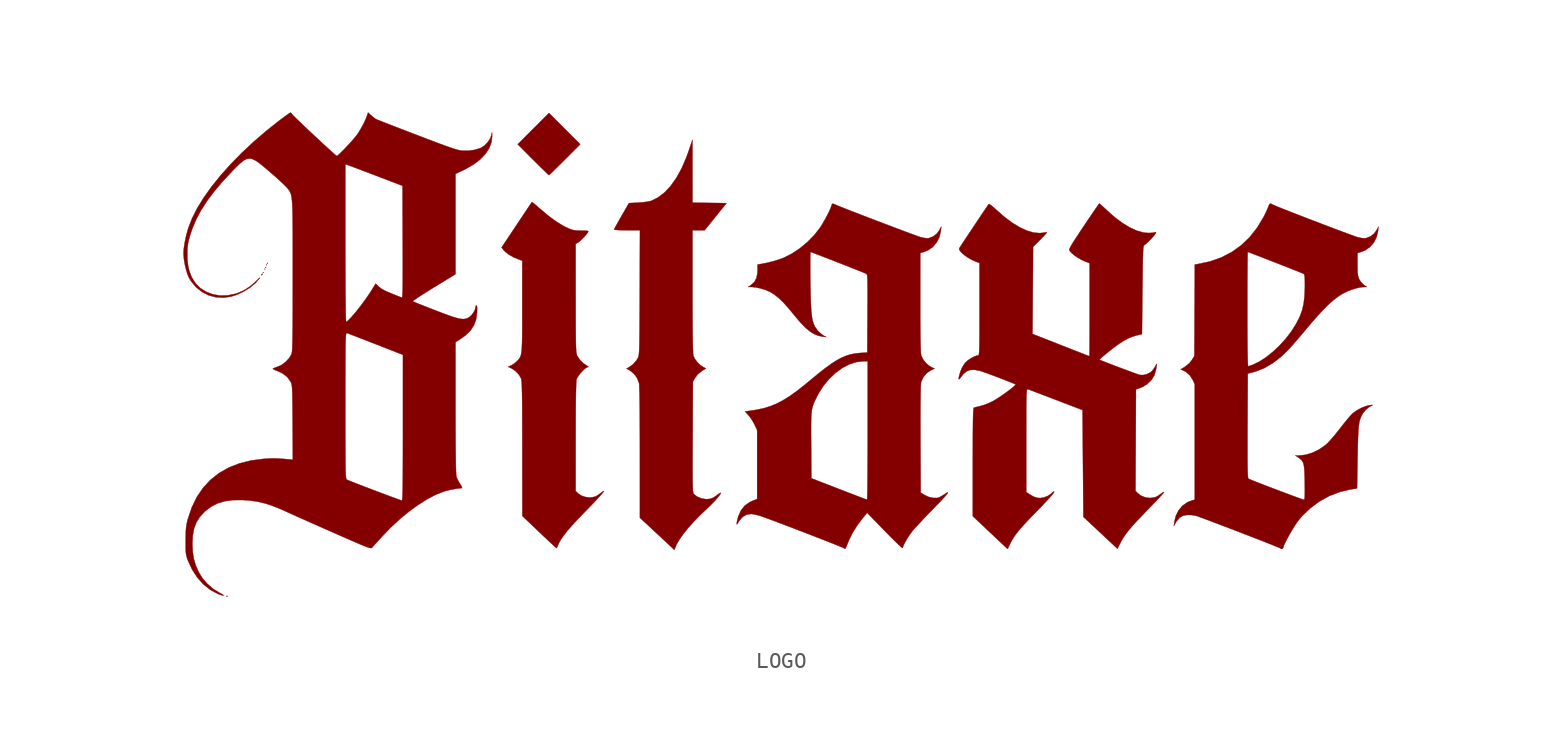
<source format=kicad_sym>
(kicad_symbol_lib
  (version 20231120)
  (generator "kicad_symbol_editor")
  (generator_version "8.0")
  (symbol "LOGO"
    (pin_names
      (offset 1.016))
    (property "Reference" "#G"
      (at 0 27.529 0)
      (effects (font (size 1.27 1.27)) (hide yes)))
    (symbol "LOGO_0_0"
      (polyline (pts (xy -31.137 6.076) (xy -31.163 6.102) (xy -31.189 6.076) (xy -31.163 6.05) (xy -31.137 6.076)) (stroke (width 0.01) (type default)) (fill (type outline)))
      (polyline (pts (xy -31.033 6.285) (xy -31.059 6.311) (xy -31.085 6.285) (xy -31.059 6.259) (xy -31.033 6.285)) (stroke (width 0.01) (type default)) (fill (type outline)))
      (polyline (pts (xy -30.981 6.389) (xy -31.007 6.415) (xy -31.033 6.389) (xy -31.007 6.363) (xy -30.981 6.389)) (stroke (width 0.01) (type default)) (fill (type outline)))
      (polyline (pts (xy -30.929 6.546) (xy -30.955 6.572) (xy -30.981 6.546) (xy -30.955 6.519) (xy -30.929 6.546)) (stroke (width 0.01) (type default)) (fill (type outline)))
      (polyline (pts (xy -30.876 6.65) (xy -30.902 6.676) (xy -30.929 6.65) (xy -30.902 6.624) (xy -30.876 6.65)) (stroke (width 0.01) (type default)) (fill (type outline)))
      (polyline (pts (xy -33.404 -14.183) (xy -33.397 -14.152) (xy -33.405 -14.146) (xy -33.467 -14.152) (xy -33.475 -14.167) (xy -33.432 -14.187) (xy -33.404 -14.183)) (stroke (width 0.01) (type default)) (fill (type outline)))
      (polyline (pts (xy -31.265 5.896) (xy -31.215 5.946) (xy -31.206 5.964) (xy -31.209 5.998) (xy -31.218 5.996) (xy -31.268 5.946) (xy -31.277 5.927) (xy -31.274 5.894) (xy -31.265 5.896)) (stroke (width 0.01) (type default)) (fill (type outline)))
      (polyline (pts (xy -13.262 12.183) (xy -13.16 12.279) (xy -13.004 12.43) (xy -12.803 12.626) (xy -12.568 12.859) (xy -12.309 13.117) (xy -11.345 14.082) (xy -12.322 15.06) (xy -13.3 16.038) (xy -14.277 15.06) (xy -15.255 14.082) (xy -14.291 13.117) (xy -14.049 12.876) (xy -13.812 12.641) (xy -13.608 12.442) (xy -13.449 12.287) (xy -13.342 12.188) (xy -13.3 12.152) (xy -13.262 12.183)) (stroke (width 0.01) (type default)) (fill (type outline)))
      (polyline (pts (xy -5.372 -11.044) (xy -5.296 -10.879) (xy -5.123 -10.589) (xy -4.885 -10.257) (xy -4.595 -9.898) (xy -4.263 -9.524) (xy -3.901 -9.15) (xy -3.52 -8.788) (xy -3.385 -8.664) (xy -3.181 -8.464) (xy -2.994 -8.271) (xy -2.832 -8.092) (xy -2.7 -7.937) (xy -2.607 -7.813) (xy -2.559 -7.73) (xy -2.562 -7.696) (xy -2.624 -7.721) (xy -2.751 -7.811) (xy -2.924 -7.939) (xy -3.099 -8.037) (xy -3.268 -8.086) (xy -3.466 -8.099) (xy -3.506 -8.098) (xy -3.782 -8.05) (xy -4.04 -7.939) (xy -4.239 -7.784) (xy -4.244 -7.779) (xy -4.261 -7.752) (xy -4.277 -7.711) (xy -4.289 -7.65) (xy -4.3 -7.56) (xy -4.308 -7.434) (xy -4.314 -7.265) (xy -4.319 -7.044) (xy -4.322 -6.764) (xy -4.323 -6.418) (xy -4.323 -5.998) (xy -4.322 -5.497) (xy -4.32 -4.906) (xy -4.317 -4.219) (xy -4.303 -0.756) (xy -4.154 -0.503) (xy -4.011 -0.31) (xy -3.746 -0.089) (xy -3.487 0.072) (xy -3.664 0.163) (xy -3.827 0.271) (xy -4.021 0.457) (xy -4.179 0.668) (xy -4.273 0.87) (xy -4.278 0.896) (xy -4.29 1.036) (xy -4.3 1.279) (xy -4.309 1.626) (xy -4.316 2.075) (xy -4.321 2.626) (xy -4.325 3.28) (xy -4.328 4.034) (xy -4.329 4.89) (xy -4.329 8.71) (xy -3.947 8.71) (xy -3.566 8.71) (xy -2.882 9.558) (xy -2.198 10.405) (xy -3.264 10.419) (xy -4.329 10.433) (xy -4.33 12.401) (xy -4.33 14.369) (xy -4.56 13.686) (xy -4.71 13.269) (xy -5.003 12.589) (xy -5.329 11.996) (xy -5.683 11.492) (xy -6.064 11.082) (xy -6.469 10.767) (xy -6.896 10.552) (xy -6.972 10.53) (xy -7.172 10.491) (xy -7.428 10.459) (xy -7.711 10.437) (xy -8.302 10.405) (xy -8.767 9.598) (xy -8.901 9.363) (xy -9.033 9.128) (xy -9.138 8.938) (xy -9.207 8.806) (xy -9.232 8.75) (xy -9.215 8.742) (xy -9.113 8.729) (xy -8.935 8.719) (xy -8.699 8.713) (xy -8.422 8.71) (xy -7.612 8.71) (xy -7.626 4.811) (xy -7.629 4.146) (xy -7.631 3.504) (xy -7.634 2.952) (xy -7.637 2.483) (xy -7.641 2.09) (xy -7.645 1.765) (xy -7.65 1.501) (xy -7.656 1.291) (xy -7.664 1.127) (xy -7.674 1.002) (xy -7.685 0.909) (xy -7.698 0.84) (xy -7.714 0.787) (xy -7.732 0.745) (xy -7.753 0.704) (xy -7.836 0.571) (xy -8.055 0.32) (xy -8.308 0.14) (xy -8.454 0.065) (xy -8.226 -0.069) (xy -7.981 -0.268) (xy -7.787 -0.537) (xy -7.669 -0.845) (xy -7.665 -0.87) (xy -7.656 -1.004) (xy -7.647 -1.236) (xy -7.639 -1.56) (xy -7.633 -1.971) (xy -7.627 -2.465) (xy -7.623 -3.036) (xy -7.619 -3.68) (xy -7.617 -4.392) (xy -7.616 -5.166) (xy -7.615 -9.263) (xy -6.536 -10.267) (xy -5.458 -11.271) (xy -5.372 -11.044)) (stroke (width 0.01) (type default)) (fill (type outline)))
      (polyline (pts (xy -12.822 -11.156) (xy -12.782 -11.095) (xy -12.733 -10.977) (xy -12.691 -10.875) (xy -12.571 -10.652) (xy -12.396 -10.395) (xy -12.163 -10.097) (xy -11.864 -9.751) (xy -11.496 -9.352) (xy -11.053 -8.893) (xy -11.043 -8.883) (xy -10.677 -8.507) (xy -10.377 -8.193) (xy -10.146 -7.943) (xy -9.983 -7.758) (xy -9.89 -7.64) (xy -9.869 -7.59) (xy -9.921 -7.61) (xy -10.046 -7.7) (xy -10.088 -7.732) (xy -10.24 -7.845) (xy -10.354 -7.913) (xy -10.464 -7.953) (xy -10.606 -7.983) (xy -10.746 -7.996) (xy -11.016 -7.966) (xy -11.274 -7.877) (xy -11.477 -7.742) (xy -11.631 -7.595) (xy -11.63 -4.202) (xy -11.63 -3.444) (xy -11.627 -2.732) (xy -11.623 -2.122) (xy -11.617 -1.616) (xy -11.608 -1.211) (xy -11.599 -0.908) (xy -11.587 -0.706) (xy -11.574 -0.605) (xy -11.51 -0.469) (xy -11.396 -0.306) (xy -11.253 -0.138) (xy -11.103 0.01) (xy -10.966 0.117) (xy -10.865 0.159) (xy -10.839 0.161) (xy -10.836 0.186) (xy -10.927 0.243) (xy -11.162 0.404) (xy -11.379 0.624) (xy -11.532 0.861) (xy -11.534 0.865) (xy -11.553 0.912) (xy -11.569 0.969) (xy -11.583 1.042) (xy -11.595 1.141) (xy -11.604 1.272) (xy -11.612 1.444) (xy -11.617 1.666) (xy -11.622 1.944) (xy -11.625 2.287) (xy -11.627 2.702) (xy -11.629 3.198) (xy -11.629 3.783) (xy -11.63 4.463) (xy -11.631 7.858) (xy -11.495 7.931) (xy -11.478 7.94) (xy -11.363 8.031) (xy -11.215 8.171) (xy -11.063 8.332) (xy -10.932 8.484) (xy -10.851 8.602) (xy -10.841 8.626) (xy -10.855 8.656) (xy -10.922 8.674) (xy -11.059 8.683) (xy -11.284 8.686) (xy -11.297 8.686) (xy -11.55 8.692) (xy -11.74 8.714) (xy -11.91 8.759) (xy -12.1 8.834) (xy -12.397 8.98) (xy -12.841 9.253) (xy -13.317 9.6) (xy -13.812 10.014) (xy -13.877 10.072) (xy -14.065 10.236) (xy -14.218 10.365) (xy -14.323 10.449) (xy -14.366 10.475) (xy -14.379 10.456) (xy -14.443 10.362) (xy -14.553 10.197) (xy -14.703 9.972) (xy -14.886 9.699) (xy -15.094 9.386) (xy -15.322 9.044) (xy -16.262 7.632) (xy -16.137 7.471) (xy -16.025 7.354) (xy -15.801 7.185) (xy -15.528 7.028) (xy -15.236 6.903) (xy -14.969 6.808) (xy -14.969 3.95) (xy -14.969 3.529) (xy -14.969 2.949) (xy -14.97 2.459) (xy -14.974 2.05) (xy -14.98 1.714) (xy -14.99 1.442) (xy -15.004 1.225) (xy -15.023 1.055) (xy -15.049 0.923) (xy -15.081 0.82) (xy -15.122 0.738) (xy -15.171 0.668) (xy -15.229 0.601) (xy -15.297 0.528) (xy -15.333 0.493) (xy -15.496 0.361) (xy -15.66 0.263) (xy -15.856 0.173) (xy -15.645 0.077) (xy -15.63 0.07) (xy -15.395 -0.087) (xy -15.187 -0.307) (xy -15.04 -0.555) (xy -15.035 -0.57) (xy -15.023 -0.629) (xy -15.011 -0.722) (xy -15.002 -0.856) (xy -14.994 -1.037) (xy -14.987 -1.271) (xy -14.981 -1.565) (xy -14.976 -1.925) (xy -14.973 -2.358) (xy -14.97 -2.869) (xy -14.968 -3.466) (xy -14.967 -4.154) (xy -14.966 -4.94) (xy -14.963 -9.153) (xy -13.91 -10.155) (xy -13.875 -10.188) (xy -13.603 -10.446) (xy -13.356 -10.677) (xy -13.146 -10.874) (xy -12.981 -11.025) (xy -12.872 -11.124) (xy -12.828 -11.159) (xy -12.822 -11.156)) (stroke (width 0.01) (type default)) (fill (type outline)))
      (polyline (pts (xy 32.56 -11.204) (xy 32.597 -11.144) (xy 32.599 -11.126) (xy 32.638 -11.001) (xy 32.723 -10.812) (xy 32.842 -10.578) (xy 32.985 -10.317) (xy 33.142 -10.048) (xy 33.302 -9.79) (xy 33.455 -9.559) (xy 33.591 -9.377) (xy 33.785 -9.15) (xy 34.299 -8.657) (xy 34.871 -8.236) (xy 35.49 -7.896) (xy 36.142 -7.645) (xy 36.813 -7.49) (xy 37.213 -7.428) (xy 37.245 -5.5) (xy 37.248 -5.324) (xy 37.258 -4.799) (xy 37.27 -4.364) (xy 37.284 -4.008) (xy 37.302 -3.718) (xy 37.325 -3.484) (xy 37.355 -3.295) (xy 37.393 -3.138) (xy 37.44 -3.003) (xy 37.497 -2.878) (xy 37.567 -2.753) (xy 37.572 -2.744) (xy 37.737 -2.537) (xy 37.954 -2.351) (xy 38.178 -2.223) (xy 38.191 -2.214) (xy 38.143 -2.21) (xy 38.022 -2.221) (xy 37.769 -2.282) (xy 37.474 -2.4) (xy 37.186 -2.556) (xy 36.946 -2.73) (xy 36.877 -2.798) (xy 36.738 -2.952) (xy 36.563 -3.157) (xy 36.369 -3.397) (xy 36.17 -3.651) (xy 36.035 -3.824) (xy 35.825 -4.084) (xy 35.623 -4.321) (xy 35.447 -4.516) (xy 35.316 -4.648) (xy 35.215 -4.734) (xy 34.833 -4.997) (xy 34.418 -5.198) (xy 33.995 -5.327) (xy 33.592 -5.372) (xy 33.356 -5.372) (xy 33.55 -5.504) (xy 33.553 -5.506) (xy 33.669 -5.591) (xy 33.758 -5.678) (xy 33.825 -5.781) (xy 33.872 -5.915) (xy 33.904 -6.094) (xy 33.924 -6.334) (xy 33.936 -6.649) (xy 33.944 -7.054) (xy 33.944 -7.056) (xy 33.949 -7.432) (xy 33.949 -7.715) (xy 33.944 -7.916) (xy 33.934 -8.046) (xy 33.917 -8.116) (xy 33.894 -8.136) (xy 33.892 -8.136) (xy 33.819 -8.115) (xy 33.665 -8.062) (xy 33.441 -7.981) (xy 33.164 -7.879) (xy 32.845 -7.761) (xy 32.499 -7.631) (xy 32.141 -7.495) (xy 31.782 -7.359) (xy 31.439 -7.227) (xy 31.123 -7.104) (xy 30.85 -6.997) (xy 30.632 -6.91) (xy 30.484 -6.848) (xy 30.42 -6.817) (xy 30.414 -6.81) (xy 30.401 -6.764) (xy 30.39 -6.672) (xy 30.381 -6.528) (xy 30.375 -6.325) (xy 30.369 -6.057) (xy 30.366 -5.716) (xy 30.364 -5.298) (xy 30.364 -4.795) (xy 30.365 -4.2) (xy 30.367 -3.508) (xy 30.381 -0.249) (xy 30.752 -0.155) (xy 30.878 -0.12) (xy 31.406 0.088) (xy 31.934 0.394) (xy 32.452 0.791) (xy 32.953 1.274) (xy 32.983 1.307) (xy 33.132 1.474) (xy 33.328 1.698) (xy 33.554 1.961) (xy 33.796 2.246) (xy 34.038 2.534) (xy 34.34 2.893) (xy 34.747 3.358) (xy 35.11 3.749) (xy 35.438 4.075) (xy 35.739 4.342) (xy 36.022 4.559) (xy 36.295 4.734) (xy 36.568 4.874) (xy 36.586 4.882) (xy 36.863 4.991) (xy 37.157 5.08) (xy 37.431 5.141) (xy 37.649 5.163) (xy 37.828 5.163) (xy 37.651 5.281) (xy 37.601 5.32) (xy 37.466 5.464) (xy 37.357 5.631) (xy 37.33 5.688) (xy 37.29 5.792) (xy 37.263 5.91) (xy 37.248 6.064) (xy 37.241 6.278) (xy 37.239 6.573) (xy 37.239 7.283) (xy 37.516 7.37) (xy 37.729 7.458) (xy 38.027 7.667) (xy 38.267 7.948) (xy 38.437 8.284) (xy 38.523 8.661) (xy 38.553 8.945) (xy 38.436 8.719) (xy 38.278 8.502) (xy 38.044 8.32) (xy 37.776 8.216) (xy 37.699 8.208) (xy 37.508 8.221) (xy 37.29 8.263) (xy 37.266 8.27) (xy 37.134 8.313) (xy 36.924 8.388) (xy 36.647 8.489) (xy 36.315 8.612) (xy 35.937 8.754) (xy 35.526 8.909) (xy 35.092 9.074) (xy 34.645 9.245) (xy 34.197 9.416) (xy 33.76 9.585) (xy 33.343 9.747) (xy 32.958 9.898) (xy 32.616 10.033) (xy 32.328 10.148) (xy 32.105 10.239) (xy 31.957 10.302) (xy 31.896 10.333) (xy 31.831 10.373) (xy 31.745 10.354) (xy 31.687 10.239) (xy 31.677 10.208) (xy 31.624 10.072) (xy 31.541 9.885) (xy 31.442 9.678) (xy 31.377 9.552) (xy 30.97 8.874) (xy 30.502 8.281) (xy 29.973 7.773) (xy 29.385 7.35) (xy 28.738 7.013) (xy 28.031 6.762) (xy 27.266 6.597) (xy 27.072 6.567) (xy 27.058 3.781) (xy 30.355 3.781) (xy 30.355 4.154) (xy 30.356 4.736) (xy 30.357 5.281) (xy 30.359 5.78) (xy 30.362 6.226) (xy 30.365 6.609) (xy 30.368 6.923) (xy 30.372 7.157) (xy 30.376 7.303) (xy 30.381 7.354) (xy 30.387 7.353) (xy 30.466 7.324) (xy 30.625 7.264) (xy 30.851 7.178) (xy 31.129 7.071) (xy 31.447 6.947) (xy 31.79 6.814) (xy 32.146 6.674) (xy 32.502 6.535) (xy 32.843 6.401) (xy 33.156 6.277) (xy 33.428 6.169) (xy 33.645 6.082) (xy 33.794 6.021) (xy 33.862 5.991) (xy 33.885 5.976) (xy 33.915 5.932) (xy 33.935 5.852) (xy 33.946 5.72) (xy 33.951 5.517) (xy 33.952 5.227) (xy 33.951 5.096) (xy 33.928 4.563) (xy 33.871 4.1) (xy 33.771 3.683) (xy 33.621 3.284) (xy 33.415 2.881) (xy 33.144 2.446) (xy 33.076 2.347) (xy 32.741 1.913) (xy 32.36 1.496) (xy 31.951 1.113) (xy 31.532 0.778) (xy 31.119 0.508) (xy 30.731 0.317) (xy 30.614 0.273) (xy 30.478 0.227) (xy 30.405 0.209) (xy 30.398 0.234) (xy 30.388 0.357) (xy 30.379 0.579) (xy 30.372 0.895) (xy 30.366 1.303) (xy 30.361 1.799) (xy 30.358 2.38) (xy 30.355 3.042) (xy 30.355 3.781) (xy 27.058 3.781) (xy 27.057 3.71) (xy 27.043 0.852) (xy 26.884 0.596) (xy 26.737 0.403) (xy 26.454 0.176) (xy 26.182 0.013) (xy 26.346 -0.055) (xy 26.502 -0.135) (xy 26.756 -0.353) (xy 26.945 -0.65) (xy 27.068 -0.913) (xy 27.068 -4.524) (xy 27.069 -8.134) (xy 26.925 -8.169) (xy 26.599 -8.295) (xy 26.301 -8.509) (xy 26.059 -8.795) (xy 25.886 -9.136) (xy 25.793 -9.518) (xy 25.761 -9.779) (xy 25.863 -9.597) (xy 25.941 -9.469) (xy 26.12 -9.261) (xy 26.329 -9.138) (xy 26.588 -9.086) (xy 26.87 -9.091) (xy 27.162 -9.145) (xy 27.169 -9.147) (xy 27.287 -9.187) (xy 27.483 -9.258) (xy 27.748 -9.356) (xy 28.069 -9.477) (xy 28.437 -9.616) (xy 28.839 -9.769) (xy 29.266 -9.932) (xy 29.705 -10.1) (xy 30.146 -10.27) (xy 30.577 -10.437) (xy 30.988 -10.597) (xy 31.369 -10.745) (xy 31.706 -10.878) (xy 31.991 -10.991) (xy 32.21 -11.08) (xy 32.355 -11.14) (xy 32.412 -11.168) (xy 32.476 -11.205) (xy 32.56 -11.204)) (stroke (width 0.01) (type default)) (fill (type outline)))
      (polyline (pts (xy 5.252 -11.153) (xy 5.306 -11.036) (xy 5.384 -10.835) (xy 5.442 -10.69) (xy 5.67 -10.226) (xy 5.961 -9.755) (xy 6.291 -9.313) (xy 6.59 -8.951) (xy 7.7 -10.095) (xy 7.81 -10.208) (xy 8.082 -10.484) (xy 8.323 -10.722) (xy 8.524 -10.916) (xy 8.679 -11.058) (xy 8.777 -11.14) (xy 8.812 -11.154) (xy 8.814 -11.139) (xy 8.854 -11.011) (xy 8.943 -10.827) (xy 9.066 -10.608) (xy 9.213 -10.377) (xy 9.37 -10.156) (xy 9.448 -10.06) (xy 9.603 -9.884) (xy 9.808 -9.661) (xy 10.049 -9.402) (xy 10.314 -9.124) (xy 10.59 -8.841) (xy 10.688 -8.741) (xy 11.02 -8.399) (xy 11.279 -8.126) (xy 11.468 -7.92) (xy 11.588 -7.777) (xy 11.641 -7.696) (xy 11.629 -7.673) (xy 11.554 -7.707) (xy 11.419 -7.795) (xy 11.287 -7.88) (xy 11.131 -7.967) (xy 11.021 -8.013) (xy 10.957 -8.025) (xy 10.706 -8.022) (xy 10.433 -7.958) (xy 10.181 -7.84) (xy 9.936 -7.689) (xy 9.922 -4.334) (xy 9.922 -4.16) (xy 9.92 -3.439) (xy 9.92 -2.796) (xy 9.922 -2.234) (xy 9.927 -1.758) (xy 9.933 -1.372) (xy 9.94 -1.078) (xy 9.95 -0.881) (xy 9.961 -0.784) (xy 9.973 -0.744) (xy 10.108 -0.466) (xy 10.313 -0.224) (xy 10.561 -0.052) (xy 10.804 0.065) (xy 10.602 0.156) (xy 10.459 0.24) (xy 10.252 0.425) (xy 10.079 0.651) (xy 9.97 0.879) (xy 9.963 0.91) (xy 9.95 1.029) (xy 9.939 1.222) (xy 9.93 1.494) (xy 9.922 1.849) (xy 9.917 2.29) (xy 9.913 2.824) (xy 9.91 3.453) (xy 9.91 4.182) (xy 9.91 7.283) (xy 10.187 7.37) (xy 10.399 7.458) (xy 10.698 7.667) (xy 10.938 7.948) (xy 11.107 8.284) (xy 11.194 8.661) (xy 11.223 8.945) (xy 11.107 8.719) (xy 10.948 8.502) (xy 10.714 8.32) (xy 10.447 8.216) (xy 10.383 8.209) (xy 10.188 8.222) (xy 9.952 8.272) (xy 9.915 8.283) (xy 9.77 8.333) (xy 9.545 8.414) (xy 9.251 8.522) (xy 8.902 8.652) (xy 8.508 8.8) (xy 8.081 8.961) (xy 7.633 9.13) (xy 7.177 9.304) (xy 6.723 9.478) (xy 6.284 9.646) (xy 5.872 9.806) (xy 5.497 9.951) (xy 5.173 10.078) (xy 4.911 10.183) (xy 4.723 10.259) (xy 4.621 10.304) (xy 4.543 10.341) (xy 4.444 10.372) (xy 4.391 10.34) (xy 4.357 10.239) (xy 4.313 10.111) (xy 4.221 9.902) (xy 4.096 9.651) (xy 3.953 9.383) (xy 3.803 9.122) (xy 3.66 8.893) (xy 3.639 8.862) (xy 3.283 8.406) (xy 2.853 7.97) (xy 2.374 7.574) (xy 1.871 7.24) (xy 1.368 6.986) (xy 1.114 6.892) (xy 0.733 6.775) (xy 0.325 6.673) (xy -0.065 6.598) (xy -0.261 6.567) (xy -0.262 6.191) (xy -0.268 6.033) (xy -0.331 5.72) (xy -0.464 5.474) (xy -0.673 5.282) (xy -0.85 5.163) (xy -0.647 5.163) (xy -0.529 5.155) (xy -0.325 5.126) (xy -0.114 5.084) (xy -0.094 5.079) (xy 0.215 4.988) (xy 0.501 4.864) (xy 0.776 4.699) (xy 1.052 4.481) (xy 1.343 4.202) (xy 1.66 3.851) (xy 2.016 3.42) (xy 2.125 3.285) (xy 2.45 2.906) (xy 2.742 2.609) (xy 3.013 2.384) (xy 3.273 2.223) (xy 3.534 2.118) (xy 3.807 2.06) (xy 4.042 2.029) (xy 3.886 2.116) (xy 3.797 2.17) (xy 3.526 2.4) (xy 3.329 2.679) (xy 3.288 2.762) (xy 3.232 2.899) (xy 3.186 3.051) (xy 3.148 3.228) (xy 3.118 3.443) (xy 3.095 3.706) (xy 3.076 4.028) (xy 3.062 4.421) (xy 3.05 4.895) (xy 3.04 5.463) (xy 3.035 5.894) (xy 3.031 6.292) (xy 3.03 6.643) (xy 3.032 6.937) (xy 3.035 7.161) (xy 3.041 7.304) (xy 3.049 7.354) (xy 3.053 7.353) (xy 3.128 7.327) (xy 3.284 7.269) (xy 3.506 7.184) (xy 3.783 7.078) (xy 4.099 6.956) (xy 4.443 6.822) (xy 4.799 6.683) (xy 5.155 6.543) (xy 5.498 6.408) (xy 5.813 6.283) (xy 6.088 6.174) (xy 6.308 6.085) (xy 6.461 6.022) (xy 6.533 5.991) (xy 6.534 5.99) (xy 6.555 5.973) (xy 6.573 5.941) (xy 6.587 5.885) (xy 6.598 5.796) (xy 6.606 5.665) (xy 6.612 5.484) (xy 6.615 5.244) (xy 6.616 4.934) (xy 6.616 4.547) (xy 6.614 4.074) (xy 6.611 3.505) (xy 6.598 1.069) (xy 6.128 1.037) (xy 5.866 1.01) (xy 5.572 0.956) (xy 5.285 0.869) (xy 4.992 0.746) (xy 4.682 0.578) (xy 4.344 0.361) (xy 3.967 0.088) (xy 3.54 -0.247) (xy 3.051 -0.651) (xy 2.673 -0.964) (xy 2.184 -1.347) (xy 1.739 -1.664) (xy 1.324 -1.923) (xy 0.925 -2.13) (xy 0.527 -2.292) (xy 0.117 -2.417) (xy -0.32 -2.512) (xy -0.799 -2.584) (xy -1.05 -2.615) (xy -0.833 -2.85) (xy -0.714 -2.998) (xy -0.571 -3.216) (xy -0.452 -3.433) (xy -0.287 -3.781) (xy -0.287 -3.819) (xy 3.084 -3.819) (xy 3.085 -3.433) (xy 3.09 -3.118) (xy 3.1 -2.861) (xy 3.118 -2.651) (xy 3.144 -2.475) (xy 3.18 -2.321) (xy 3.228 -2.177) (xy 3.289 -2.031) (xy 3.365 -1.87) (xy 3.457 -1.683) (xy 3.556 -1.492) (xy 3.862 -1.012) (xy 4.219 -0.581) (xy 4.614 -0.209) (xy 5.037 0.097) (xy 5.474 0.326) (xy 5.916 0.47) (xy 6.35 0.521) (xy 6.624 0.521) (xy 6.624 -3.807) (xy 6.624 -4.199) (xy 6.623 -4.843) (xy 6.621 -5.453) (xy 6.618 -6.019) (xy 6.615 -6.534) (xy 6.611 -6.991) (xy 6.607 -7.382) (xy 6.602 -7.699) (xy 6.596 -7.936) (xy 6.591 -8.082) (xy 6.585 -8.133) (xy 6.539 -8.117) (xy 6.405 -8.068) (xy 6.195 -7.989) (xy 5.921 -7.885) (xy 5.594 -7.759) (xy 5.225 -7.617) (xy 4.824 -7.462) (xy 3.103 -6.795) (xy 3.09 -4.717) (xy 3.087 -4.287) (xy 3.084 -3.819) (xy -0.287 -3.819) (xy -0.287 -5.935) (xy -0.287 -8.089) (xy -0.6 -8.215) (xy -0.748 -8.283) (xy -1.059 -8.504) (xy -1.297 -8.798) (xy -1.46 -9.163) (xy -1.51 -9.342) (xy -1.549 -9.509) (xy -1.563 -9.615) (xy -1.557 -9.674) (xy -1.533 -9.666) (xy -1.478 -9.571) (xy -1.408 -9.453) (xy -1.202 -9.219) (xy -0.955 -9.073) (xy -0.679 -9.023) (xy -0.559 -9.035) (xy -0.372 -9.071) (xy -0.169 -9.123) (xy -0.164 -9.124) (xy -0.041 -9.164) (xy 0.161 -9.236) (xy 0.431 -9.334) (xy 0.757 -9.455) (xy 1.129 -9.595) (xy 1.535 -9.749) (xy 1.965 -9.912) (xy 2.407 -10.082) (xy 2.851 -10.253) (xy 3.285 -10.421) (xy 3.699 -10.582) (xy 4.082 -10.732) (xy 4.421 -10.866) (xy 4.708 -10.981) (xy 4.929 -11.071) (xy 5.075 -11.134) (xy 5.135 -11.164) (xy 5.169 -11.194) (xy 5.21 -11.2) (xy 5.252 -11.153)) (stroke (width 0.01) (type default)) (fill (type outline)))
      (polyline (pts (xy 15.387 -11.181) (xy 15.438 -11.08) (xy 15.508 -10.931) (xy 15.528 -10.887) (xy 15.639 -10.674) (xy 15.771 -10.46) (xy 15.934 -10.233) (xy 16.137 -9.982) (xy 16.39 -9.696) (xy 16.701 -9.363) (xy 17.081 -8.971) (xy 17.086 -8.966) (xy 17.456 -8.586) (xy 17.753 -8.274) (xy 17.982 -8.027) (xy 18.144 -7.841) (xy 18.244 -7.713) (xy 18.283 -7.639) (xy 18.266 -7.615) (xy 18.207 -7.645) (xy 18.119 -7.726) (xy 18.06 -7.783) (xy 17.864 -7.906) (xy 17.632 -7.996) (xy 17.41 -8.031) (xy 17.231 -8.017) (xy 16.991 -7.94) (xy 16.729 -7.787) (xy 16.533 -7.653) (xy 16.533 -4.423) (xy 16.534 -3.845) (xy 16.534 -3.268) (xy 16.535 -2.781) (xy 16.537 -2.378) (xy 16.54 -2.049) (xy 16.544 -1.788) (xy 16.549 -1.587) (xy 16.556 -1.439) (xy 16.566 -1.336) (xy 16.577 -1.27) (xy 16.59 -1.234) (xy 16.606 -1.221) (xy 16.625 -1.223) (xy 16.669 -1.239) (xy 16.804 -1.289) (xy 17.015 -1.369) (xy 17.291 -1.474) (xy 17.619 -1.599) (xy 17.988 -1.74) (xy 18.385 -1.892) (xy 20.054 -2.53) (xy 20.08 -5.869) (xy 20.106 -9.208) (xy 21.172 -10.204) (xy 22.237 -11.2) (xy 22.43 -10.816) (xy 22.499 -10.685) (xy 22.622 -10.481) (xy 22.769 -10.267) (xy 22.951 -10.034) (xy 23.174 -9.772) (xy 23.449 -9.469) (xy 23.783 -9.116) (xy 24.185 -8.702) (xy 24.421 -8.459) (xy 24.654 -8.216) (xy 24.852 -8.005) (xy 25.005 -7.836) (xy 25.104 -7.72) (xy 25.139 -7.667) (xy 25.132 -7.656) (xy 25.072 -7.675) (xy 24.97 -7.748) (xy 24.945 -7.768) (xy 24.786 -7.88) (xy 24.632 -7.962) (xy 24.567 -7.986) (xy 24.282 -8.028) (xy 23.985 -7.991) (xy 23.707 -7.882) (xy 23.483 -7.709) (xy 23.365 -7.581) (xy 23.378 -4.408) (xy 23.392 -1.234) (xy 23.627 -1.157) (xy 23.782 -1.097) (xy 24.104 -0.903) (xy 24.365 -0.645) (xy 24.55 -0.339) (xy 24.647 -0.0003) (xy 24.655 0.059) (xy 24.68 0.223) (xy 24.702 0.339) (xy 24.699 0.36) (xy 24.661 0.315) (xy 24.595 0.201) (xy 24.547 0.119) (xy 24.433 -0.04) (xy 24.326 -0.151) (xy 24.281 -0.183) (xy 24.073 -0.285) (xy 23.843 -0.34) (xy 23.642 -0.336) (xy 23.584 -0.319) (xy 23.441 -0.269) (xy 23.232 -0.194) (xy 22.975 -0.099) (xy 22.686 0.008) (xy 22.381 0.123) (xy 22.076 0.238) (xy 21.787 0.348) (xy 21.532 0.447) (xy 21.325 0.528) (xy 21.184 0.585) (xy 21.124 0.613) (xy 21.136 0.641) (xy 21.209 0.719) (xy 21.329 0.825) (xy 21.632 1.075) (xy 22.015 1.377) (xy 22.346 1.618) (xy 22.638 1.806) (xy 22.903 1.948) (xy 23.154 2.052) (xy 23.402 2.127) (xy 23.767 2.216) (xy 23.797 4.976) (xy 23.803 5.515) (xy 23.809 6.039) (xy 23.815 6.473) (xy 23.821 6.828) (xy 23.828 7.111) (xy 23.835 7.33) (xy 23.844 7.494) (xy 23.855 7.612) (xy 23.868 7.692) (xy 23.883 7.742) (xy 23.901 7.771) (xy 23.922 7.787) (xy 23.982 7.829) (xy 24.111 7.941) (xy 24.264 8.089) (xy 24.416 8.25) (xy 24.542 8.395) (xy 24.617 8.5) (xy 24.647 8.56) (xy 24.641 8.596) (xy 24.557 8.575) (xy 24.476 8.558) (xy 24.309 8.543) (xy 24.116 8.54) (xy 23.84 8.571) (xy 23.436 8.688) (xy 23.002 8.887) (xy 22.548 9.162) (xy 22.084 9.507) (xy 21.62 9.916) (xy 21.592 9.943) (xy 21.411 10.114) (xy 21.259 10.252) (xy 21.152 10.345) (xy 21.104 10.379) (xy 21.088 10.362) (xy 21.02 10.271) (xy 20.905 10.11) (xy 20.752 9.888) (xy 20.567 9.616) (xy 20.356 9.305) (xy 20.128 8.964) (xy 20.109 8.936) (xy 19.853 8.552) (xy 19.65 8.243) (xy 19.494 8.002) (xy 19.38 7.818) (xy 19.302 7.682) (xy 19.255 7.585) (xy 19.234 7.516) (xy 19.233 7.468) (xy 19.247 7.429) (xy 19.343 7.31) (xy 19.512 7.164) (xy 19.726 7.013) (xy 19.959 6.876) (xy 20.186 6.771) (xy 20.497 6.65) (xy 20.497 3.742) (xy 20.497 3.374) (xy 20.497 2.856) (xy 20.496 2.375) (xy 20.494 1.944) (xy 20.493 1.569) (xy 20.491 1.262) (xy 20.489 1.031) (xy 20.487 0.885) (xy 20.484 0.835) (xy 20.484 0.835) (xy 20.433 0.854) (xy 20.295 0.907) (xy 20.083 0.99) (xy 19.806 1.098) (xy 19.476 1.227) (xy 19.103 1.373) (xy 18.698 1.532) (xy 16.925 2.229) (xy 16.944 4.95) (xy 16.963 7.672) (xy 17.407 8.115) (xy 17.412 8.12) (xy 17.58 8.292) (xy 17.715 8.436) (xy 17.803 8.536) (xy 17.831 8.578) (xy 17.808 8.582) (xy 17.707 8.573) (xy 17.558 8.55) (xy 17.379 8.53) (xy 17.004 8.562) (xy 16.591 8.68) (xy 16.146 8.883) (xy 15.677 9.166) (xy 15.19 9.527) (xy 14.692 9.963) (xy 14.509 10.128) (xy 14.354 10.255) (xy 14.242 10.332) (xy 14.19 10.347) (xy 14.186 10.343) (xy 14.138 10.274) (xy 14.043 10.133) (xy 13.909 9.934) (xy 13.745 9.691) (xy 13.56 9.414) (xy 13.362 9.118) (xy 13.161 8.816) (xy 12.963 8.519) (xy 12.779 8.242) (xy 12.616 7.996) (xy 12.484 7.796) (xy 12.39 7.653) (xy 12.344 7.58) (xy 12.337 7.53) (xy 12.391 7.42) (xy 12.513 7.285) (xy 12.688 7.138) (xy 12.898 6.992) (xy 13.129 6.861) (xy 13.365 6.755) (xy 13.613 6.662) (xy 13.613 3.774) (xy 13.613 3.712) (xy 13.613 3.098) (xy 13.612 2.58) (xy 13.61 2.15) (xy 13.608 1.799) (xy 13.604 1.52) (xy 13.599 1.303) (xy 13.592 1.143) (xy 13.583 1.029) (xy 13.572 0.954) (xy 13.558 0.911) (xy 13.541 0.891) (xy 13.521 0.886) (xy 13.45 0.877) (xy 13.268 0.811) (xy 13.062 0.7) (xy 12.865 0.561) (xy 12.709 0.413) (xy 12.688 0.389) (xy 12.531 0.141) (xy 12.412 -0.147) (xy 12.405 -0.171) (xy 12.337 -0.411) (xy 12.31 -0.557) (xy 12.324 -0.61) (xy 12.38 -0.571) (xy 12.478 -0.441) (xy 12.594 -0.29) (xy 12.8 -0.113) (xy 13.036 -0.022) (xy 13.317 -0.015) (xy 13.657 -0.085) (xy 13.7 -0.098) (xy 13.863 -0.153) (xy 14.085 -0.232) (xy 14.347 -0.328) (xy 14.632 -0.434) (xy 14.924 -0.545) (xy 15.204 -0.654) (xy 15.456 -0.753) (xy 15.662 -0.836) (xy 15.804 -0.897) (xy 15.866 -0.929) (xy 15.862 -0.949) (xy 15.796 -1.022) (xy 15.668 -1.133) (xy 15.492 -1.272) (xy 15.284 -1.426) (xy 15.06 -1.585) (xy 14.835 -1.737) (xy 14.626 -1.871) (xy 14.447 -1.974) (xy 14.433 -1.982) (xy 14.188 -2.097) (xy 13.923 -2.201) (xy 13.691 -2.272) (xy 13.68 -2.275) (xy 13.492 -2.321) (xy 13.341 -2.358) (xy 13.261 -2.379) (xy 13.253 -2.387) (xy 13.24 -2.435) (xy 13.23 -2.532) (xy 13.221 -2.682) (xy 13.213 -2.893) (xy 13.207 -3.171) (xy 13.203 -3.522) (xy 13.199 -3.952) (xy 13.197 -4.468) (xy 13.196 -5.075) (xy 13.195 -5.781) (xy 13.195 -9.166) (xy 14.278 -10.187) (xy 14.335 -10.241) (xy 14.609 -10.499) (xy 14.855 -10.73) (xy 15.064 -10.926) (xy 15.225 -11.078) (xy 15.33 -11.175) (xy 15.369 -11.21) (xy 15.387 -11.181)) (stroke (width 0.01) (type default)) (fill (type outline)))
      (polyline (pts (xy -33.634 -14.105) (xy -33.723 -14.042) (xy -33.907 -13.943) (xy -34.274 -13.719) (xy -34.647 -13.398) (xy -34.969 -13.024) (xy -35.213 -12.622) (xy -35.384 -12.219) (xy -35.502 -11.817) (xy -35.568 -11.389) (xy -35.59 -10.901) (xy -35.59 -10.875) (xy -35.564 -10.362) (xy -35.48 -9.922) (xy -35.332 -9.54) (xy -35.113 -9.198) (xy -34.818 -8.88) (xy -34.773 -8.839) (xy -34.403 -8.561) (xy -33.997 -8.357) (xy -33.543 -8.223) (xy -33.029 -8.157) (xy -32.441 -8.154) (xy -32.382 -8.157) (xy -31.929 -8.193) (xy -31.503 -8.257) (xy -31.082 -8.356) (xy -30.644 -8.495) (xy -30.166 -8.682) (xy -29.625 -8.922) (xy -29.496 -8.981) (xy -29.25 -9.092) (xy -28.93 -9.236) (xy -28.552 -9.405) (xy -28.127 -9.594) (xy -27.669 -9.797) (xy -27.192 -10.008) (xy -26.708 -10.221) (xy -26.493 -10.316) (xy -26.004 -10.531) (xy -25.598 -10.708) (xy -25.269 -10.851) (xy -25.006 -10.961) (xy -24.803 -11.044) (xy -24.65 -11.102) (xy -24.539 -11.137) (xy -24.463 -11.154) (xy -24.412 -11.156) (xy -24.379 -11.145) (xy -24.355 -11.125) (xy -24.345 -11.113) (xy -24.263 -11.024) (xy -24.132 -10.879) (xy -23.966 -10.696) (xy -23.782 -10.491) (xy -23.749 -10.455) (xy -23.208 -9.891) (xy -22.642 -9.365) (xy -22.064 -8.887) (xy -21.485 -8.464) (xy -20.919 -8.106) (xy -20.377 -7.822) (xy -19.872 -7.622) (xy -19.681 -7.568) (xy -19.427 -7.51) (xy -19.16 -7.459) (xy -18.919 -7.423) (xy -18.741 -7.407) (xy -18.733 -7.375) (xy -18.773 -7.279) (xy -18.856 -7.143) (xy -18.93 -7.024) (xy -19.027 -6.839) (xy -19.087 -6.686) (xy -19.098 -6.597) (xy -19.108 -6.404) (xy -19.116 -6.112) (xy -19.124 -5.722) (xy -19.13 -5.237) (xy -19.135 -4.659) (xy -19.138 -3.991) (xy -19.14 -3.235) (xy -19.141 -2.392) (xy -19.141 1.709) (xy -18.804 1.929) (xy -18.514 2.139) (xy -18.206 2.438) (xy -17.988 2.767) (xy -17.854 3.137) (xy -17.796 3.56) (xy -17.793 3.618) (xy -17.789 3.844) (xy -17.802 3.974) (xy -17.831 4.016) (xy -17.868 3.99) (xy -17.89 3.899) (xy -17.921 3.755) (xy -18.016 3.567) (xy -18.152 3.391) (xy -18.305 3.264) (xy -18.412 3.209) (xy -18.527 3.172) (xy -18.658 3.158) (xy -18.814 3.17) (xy -19.008 3.21) (xy -19.252 3.28) (xy -19.557 3.384) (xy -19.935 3.522) (xy -20.398 3.699) (xy -20.456 3.722) (xy -20.81 3.86) (xy -21.129 3.985) (xy -21.401 4.094) (xy -21.615 4.181) (xy -21.756 4.241) (xy -21.813 4.268) (xy -21.809 4.277) (xy -21.742 4.333) (xy -21.6 4.432) (xy -21.394 4.569) (xy -21.134 4.736) (xy -20.831 4.927) (xy -20.496 5.134) (xy -19.141 5.963) (xy -19.141 9.097) (xy -19.141 12.231) (xy -18.633 12.473) (xy -18.532 12.521) (xy -18.028 12.809) (xy -17.608 13.126) (xy -17.277 13.467) (xy -17.038 13.828) (xy -16.895 14.204) (xy -16.852 14.589) (xy -16.858 14.838) (xy -16.906 14.624) (xy -16.973 14.447) (xy -17.12 14.223) (xy -17.31 14.022) (xy -17.517 13.878) (xy -17.599 13.84) (xy -17.936 13.736) (xy -18.32 13.682) (xy -18.713 13.684) (xy -18.741 13.687) (xy -18.843 13.701) (xy -18.961 13.725) (xy -19.103 13.763) (xy -19.279 13.817) (xy -19.499 13.89) (xy -19.77 13.987) (xy -20.102 14.109) (xy -20.505 14.26) (xy -20.986 14.443) (xy -21.555 14.661) (xy -21.666 14.703) (xy -22.144 14.887) (xy -22.592 15.059) (xy -23.001 15.217) (xy -23.36 15.357) (xy -23.661 15.475) (xy -23.893 15.566) (xy -24.047 15.628) (xy -24.114 15.656) (xy -24.156 15.683) (xy -24.274 15.772) (xy -24.409 15.888) (xy -24.608 16.068) (xy -24.672 15.87) (xy -24.756 15.654) (xy -24.898 15.352) (xy -25.072 15.034) (xy -25.259 14.734) (xy -25.26 14.733) (xy -25.357 14.603) (xy -25.5 14.432) (xy -25.672 14.235) (xy -25.861 14.028) (xy -26.053 13.824) (xy -26.232 13.64) (xy -26.386 13.49) (xy -26.5 13.389) (xy -26.56 13.352) (xy -26.579 13.364) (xy -26.667 13.435) (xy -26.813 13.563) (xy -27.008 13.738) (xy -27.241 13.951) (xy -27.501 14.191) (xy -27.78 14.45) (xy -28.065 14.716) (xy -28.347 14.981) (xy -28.615 15.234) (xy -28.859 15.467) (xy -29.069 15.669) (xy -29.233 15.83) (xy -29.342 15.942) (xy -29.386 15.993) (xy -29.401 16.023) (xy -29.459 16.064) (xy -29.501 16.041) (xy -29.615 15.964) (xy -29.785 15.842) (xy -29.997 15.685) (xy -30.236 15.503) (xy -30.969 14.921) (xy -31.77 14.232) (xy -32.52 13.53) (xy -33.212 12.824) (xy -33.841 12.118) (xy -34.402 11.421) (xy -34.888 10.737) (xy -35.295 10.074) (xy -35.616 9.438) (xy -35.847 8.837) (xy -35.881 8.727) (xy -35.987 8.325) (xy -36.071 7.925) (xy -36.125 7.558) (xy -36.144 7.257) (xy -36.143 7.204) (xy -36.117 6.909) (xy -36.061 6.58) (xy -35.984 6.25) (xy -35.894 5.956) (xy -35.797 5.731) (xy -35.662 5.511) (xy -35.35 5.141) (xy -34.979 4.849) (xy -34.562 4.64) (xy -34.111 4.52) (xy -33.637 4.494) (xy -33.153 4.567) (xy -32.788 4.686) (xy -32.365 4.884) (xy -31.975 5.13) (xy -31.642 5.408) (xy -31.389 5.704) (xy -31.372 5.732) (xy -31.376 5.747) (xy -31.442 5.693) (xy -31.562 5.575) (xy -31.929 5.241) (xy -32.37 4.95) (xy -32.842 4.752) (xy -33.354 4.642) (xy -33.385 4.638) (xy -33.861 4.628) (xy -34.312 4.705) (xy -34.726 4.862) (xy -35.09 5.093) (xy -35.391 5.393) (xy -35.616 5.755) (xy -35.675 5.885) (xy -35.788 6.191) (xy -35.859 6.498) (xy -35.896 6.84) (xy -35.904 7.25) (xy -35.904 7.283) (xy -35.897 7.549) (xy -35.88 7.764) (xy -35.846 7.965) (xy -35.79 8.19) (xy -35.705 8.475) (xy -35.593 8.807) (xy -35.355 9.374) (xy -35.056 9.94) (xy -34.689 10.513) (xy -34.249 11.104) (xy -33.727 11.722) (xy -33.12 12.377) (xy -32.844 12.659) (xy -32.6 12.894) (xy -32.392 13.062) (xy -32.205 13.163) (xy -32.025 13.196) (xy -31.838 13.162) (xy -31.629 13.06) (xy -31.384 12.89) (xy -31.32 12.837) (xy -26.026 12.837) (xy -25.915 12.802) (xy -25.867 12.785) (xy -25.727 12.733) (xy -25.511 12.652) (xy -25.231 12.547) (xy -24.899 12.421) (xy -24.528 12.28) (xy -24.129 12.128) (xy -22.453 11.488) (xy -22.44 7.981) (xy -22.438 7.28) (xy -22.436 6.663) (xy -22.436 6.137) (xy -22.438 5.698) (xy -22.44 5.338) (xy -22.445 5.051) (xy -22.45 4.831) (xy -22.458 4.673) (xy -22.467 4.568) (xy -22.479 4.513) (xy -22.492 4.499) (xy -22.855 4.64) (xy -23.166 4.764) (xy -23.404 4.865) (xy -23.584 4.949) (xy -23.721 5.024) (xy -23.827 5.096) (xy -23.916 5.171) (xy -24.133 5.372) (xy -24.382 4.968) (xy -24.492 4.794) (xy -24.757 4.408) (xy -25.053 4.006) (xy -25.355 3.624) (xy -25.634 3.299) (xy -25.685 3.244) (xy -25.819 3.106) (xy -25.923 3.009) (xy -25.978 2.973) (xy -25.983 2.996) (xy -25.991 3.115) (xy -25.998 3.329) (xy -26.004 3.635) (xy -26.009 4.027) (xy -26.014 4.5) (xy -26.018 5.048) (xy -26.022 5.668) (xy -26.024 6.354) (xy -26.025 7.102) (xy -26.026 7.905) (xy -26.026 12.837) (xy -31.32 12.837) (xy -31.09 12.651) (xy -30.731 12.345) (xy -30.603 12.234) (xy -30.335 11.997) (xy -30.091 11.775) (xy -29.884 11.581) (xy -29.73 11.428) (xy -29.641 11.329) (xy -29.613 11.292) (xy -29.561 11.223) (xy -29.516 11.158) (xy -29.476 11.087) (xy -29.442 11.005) (xy -29.413 10.906) (xy -29.389 10.782) (xy -29.369 10.627) (xy -29.352 10.435) (xy -29.34 10.197) (xy -29.33 9.909) (xy -29.323 9.563) (xy -29.318 9.153) (xy -29.314 8.672) (xy -29.313 8.113) (xy -29.312 7.47) (xy -29.312 6.735) (xy -29.312 5.903) (xy -29.312 5.332) (xy -29.313 4.537) (xy -29.314 3.838) (xy -29.317 3.23) (xy -29.32 2.708) (xy -29.325 2.266) (xy -29.33 1.9) (xy -29.337 1.604) (xy -29.345 1.374) (xy -29.354 1.204) (xy -29.364 1.088) (xy -29.376 1.023) (xy -29.404 0.945) (xy -29.547 0.708) (xy -29.756 0.484) (xy -30.004 0.299) (xy -30.264 0.178) (xy -30.399 0.132) (xy -30.518 0.083) (xy -30.564 0.05) (xy -30.524 0.018) (xy -30.41 -0.037) (xy -30.248 -0.101) (xy -29.962 -0.233) (xy -29.666 -0.461) (xy -29.452 -0.751) (xy -29.442 -0.77) (xy -29.417 -0.823) (xy -29.396 -0.882) (xy -29.378 -0.957) (xy -29.365 -1.057) (xy -29.354 -1.192) (xy -29.346 -1.373) (xy -29.339 -1.609) (xy -29.334 -1.909) (xy -29.334 -1.938) (xy -26.026 -1.938) (xy -26.026 -1.182) (xy -26.025 -0.521) (xy -26.024 0.051) (xy -26.023 0.54) (xy -26.021 0.953) (xy -26.018 1.295) (xy -26.014 1.575) (xy -26.009 1.796) (xy -26.003 1.968) (xy -25.995 2.094) (xy -25.987 2.183) (xy -25.976 2.239) (xy -25.964 2.271) (xy -25.95 2.283) (xy -25.934 2.283) (xy -25.881 2.265) (xy -25.739 2.212) (xy -25.522 2.129) (xy -25.241 2.021) (xy -24.908 1.892) (xy -24.535 1.747) (xy -24.134 1.59) (xy -22.427 0.922) (xy -22.427 -3.633) (xy -22.427 -3.961) (xy -22.428 -4.746) (xy -22.429 -5.434) (xy -22.431 -6.031) (xy -22.433 -6.542) (xy -22.437 -6.972) (xy -22.441 -7.327) (xy -22.447 -7.613) (xy -22.453 -7.834) (xy -22.461 -7.997) (xy -22.47 -8.106) (xy -22.48 -8.168) (xy -22.492 -8.187) (xy -22.542 -8.172) (xy -22.678 -8.125) (xy -22.885 -8.05) (xy -23.15 -7.952) (xy -23.458 -7.837) (xy -23.797 -7.71) (xy -24.151 -7.576) (xy -24.508 -7.44) (xy -24.853 -7.308) (xy -25.173 -7.184) (xy -25.453 -7.075) (xy -25.681 -6.985) (xy -25.842 -6.92) (xy -25.922 -6.884) (xy -25.94 -6.873) (xy -25.956 -6.855) (xy -25.97 -6.824) (xy -25.981 -6.773) (xy -25.991 -6.696) (xy -26 -6.587) (xy -26.007 -6.438) (xy -26.012 -6.243) (xy -26.017 -5.997) (xy -26.02 -5.691) (xy -26.022 -5.321) (xy -26.024 -4.878) (xy -26.025 -4.357) (xy -26.026 -3.752) (xy -26.026 -3.055) (xy -26.026 -2.261) (xy -26.026 -1.938) (xy -29.334 -1.938) (xy -29.33 -2.285) (xy -29.326 -2.745) (xy -29.323 -3.3) (xy -29.308 -5.634) (xy -29.584 -5.609) (xy -29.889 -5.582) (xy -30.181 -5.561) (xy -30.425 -5.551) (xy -30.65 -5.552) (xy -30.886 -5.562) (xy -31.163 -5.583) (xy -31.927 -5.684) (xy -32.661 -5.868) (xy -33.328 -6.131) (xy -33.927 -6.473) (xy -34.457 -6.892) (xy -34.917 -7.387) (xy -35.306 -7.959) (xy -35.623 -8.605) (xy -35.867 -9.326) (xy -35.916 -9.513) (xy -35.955 -9.697) (xy -35.981 -9.881) (xy -35.997 -10.091) (xy -36.005 -10.352) (xy -36.009 -10.692) (xy -36.009 -10.911) (xy -36.008 -11.178) (xy -36.001 -11.377) (xy -35.985 -11.53) (xy -35.959 -11.66) (xy -35.921 -11.787) (xy -35.866 -11.934) (xy -35.861 -11.947) (xy -35.598 -12.512) (xy -35.274 -13.008) (xy -34.896 -13.429) (xy -34.471 -13.767) (xy -34.007 -14.013) (xy -33.901 -14.056) (xy -33.727 -14.115) (xy -33.637 -14.13) (xy -33.634 -14.105)) (stroke (width 0.01) (type default)) (fill (type outline))))))
</source>
